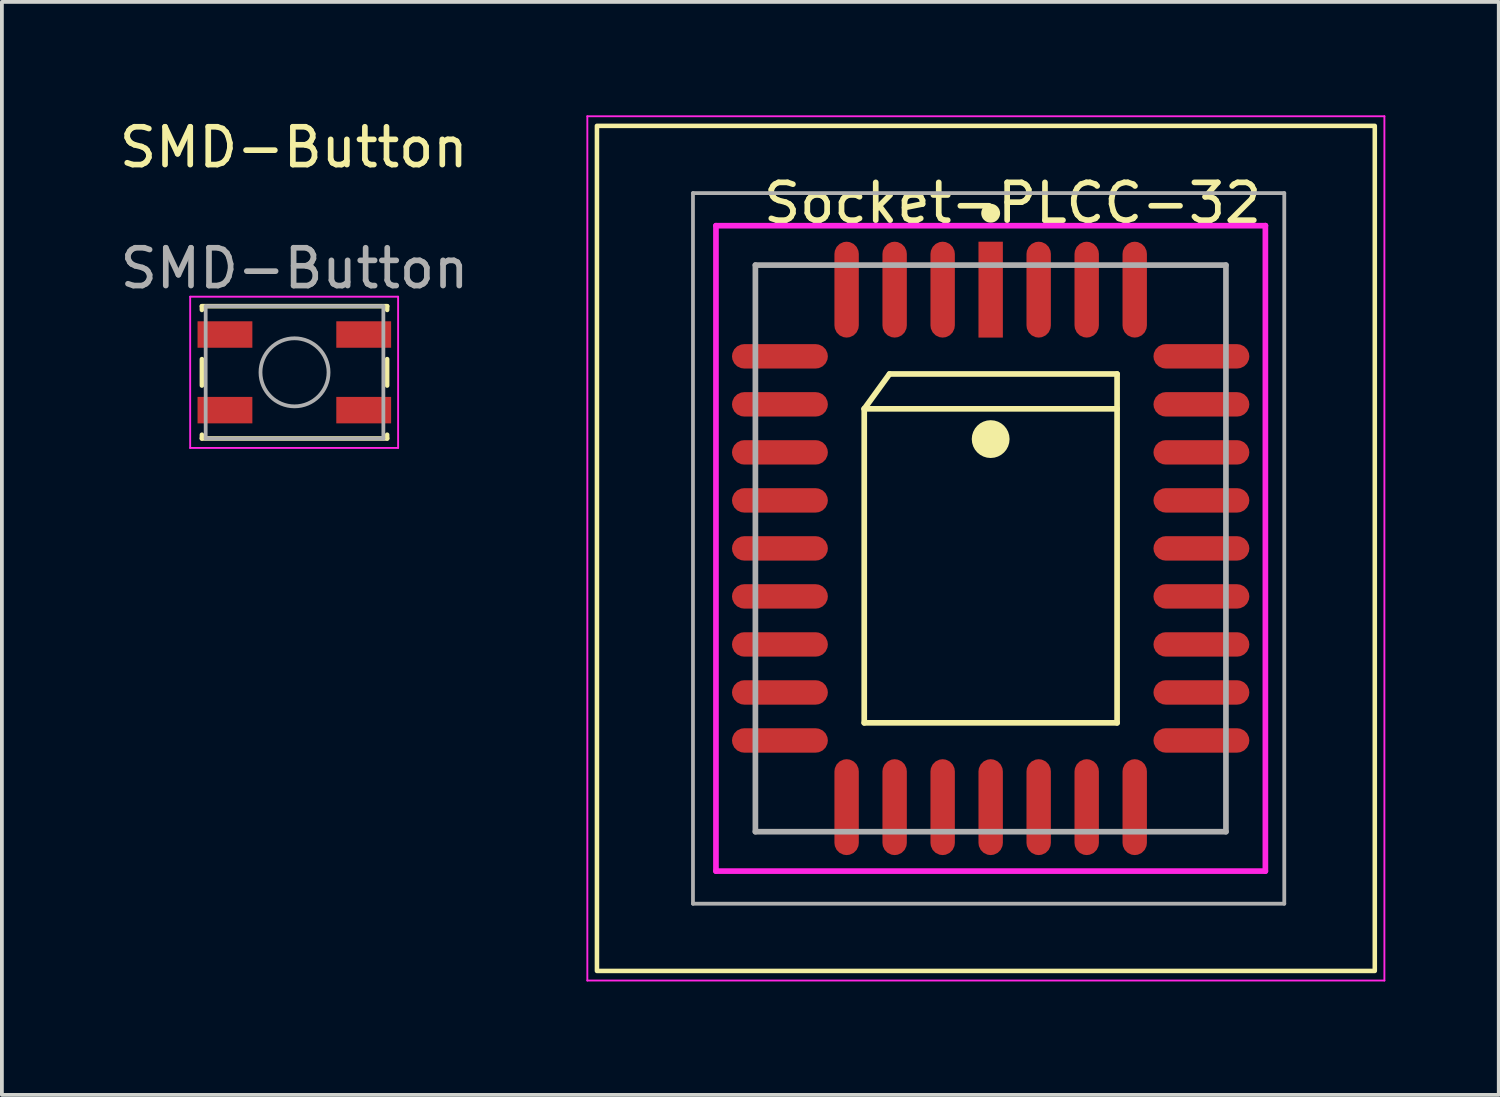
<source format=kicad_pcb>
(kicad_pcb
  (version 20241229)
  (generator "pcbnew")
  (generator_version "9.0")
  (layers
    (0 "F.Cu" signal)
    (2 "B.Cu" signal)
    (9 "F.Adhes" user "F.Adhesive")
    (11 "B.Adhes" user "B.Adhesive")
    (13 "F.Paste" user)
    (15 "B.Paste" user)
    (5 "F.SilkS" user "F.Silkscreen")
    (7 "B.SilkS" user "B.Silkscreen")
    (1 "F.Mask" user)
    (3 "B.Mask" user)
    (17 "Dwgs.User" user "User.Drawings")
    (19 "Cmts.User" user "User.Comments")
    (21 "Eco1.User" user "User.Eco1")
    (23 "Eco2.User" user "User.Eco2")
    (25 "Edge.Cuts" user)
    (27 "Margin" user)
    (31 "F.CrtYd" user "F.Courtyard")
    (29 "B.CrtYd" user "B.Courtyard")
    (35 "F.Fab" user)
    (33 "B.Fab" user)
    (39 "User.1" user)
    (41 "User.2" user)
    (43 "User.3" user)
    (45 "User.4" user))
  (footprint "Socket-PLCC-32"
    (layer "F.Cu")
    (at 23.153 11.455)
    (property "Reference" "Socket-PLCC-32" (at -6.091 -9.136 0) (layer "F.SilkS") (effects (font (size 1 1) (thickness 0.15)) (justify left)))
    (attr through_hole)
    (fp_line (start -3.344 -3.691) (end -3.344 4.614) (stroke (width 0.15) (type solid)) (layer "F.SilkS"))
    (fp_line (start -3.344 -3.691) (end 3.344 -3.691) (stroke (width 0.15) (type solid)) (layer "F.SilkS"))
    (fp_line (start -3.344 4.614) (end 3.344 4.614) (stroke (width 0.15) (type solid)) (layer "F.SilkS"))
    (fp_line (start -2.675 -4.614) (end -3.344 -3.691) (stroke (width 0.15) (type solid)) (layer "F.SilkS"))
    (fp_line (start 3.344 -4.614) (end -2.675 -4.614) (stroke (width 0.15) (type solid)) (layer "F.SilkS"))
    (fp_line (start 3.344 4.614) (end 3.344 -4.614) (stroke (width 0.15) (type solid)) (layer "F.SilkS"))
    (fp_rect (start -10.414 -11.176) (end 10.16 11.176) (stroke (width 0.12) (type solid)) (fill no) (layer "F.SilkS"))
    (fp_circle (center 0 -8.865) (end 0.125 -8.865) (stroke (width 0.25) (type solid)) (fill no) (layer "F.SilkS"))
    (fp_circle (center 0 -2.891) (end 0.25 -2.891) (stroke (width 0.5) (type solid)) (fill no) (layer "F.SilkS"))
    (fp_line (start -10.668 -11.43) (end -10.668 11.43) (stroke (width 0.05) (type solid)) (layer "F.CrtYd"))
    (fp_line (start -10.668 11.43) (end 10.414 11.43) (stroke (width 0.05) (type solid)) (layer "F.CrtYd"))
    (fp_line (start -7.266 -8.536) (end -7.266 8.536) (stroke (width 0.15) (type solid)) (layer "F.CrtYd"))
    (fp_line (start -7.266 8.536) (end 7.266 8.536) (stroke (width 0.15) (type solid)) (layer "F.CrtYd"))
    (fp_line (start 7.266 -8.536) (end -7.266 -8.536) (stroke (width 0.15) (type solid)) (layer "F.CrtYd"))
    (fp_line (start 7.266 -8.536) (end 7.266 -8.536) (stroke (width 0.15) (type solid)) (layer "F.CrtYd"))
    (fp_line (start 7.266 8.536) (end 7.266 -8.536) (stroke (width 0.15) (type solid)) (layer "F.CrtYd"))
    (fp_line (start 10.414 -11.43) (end -10.668 -11.43) (stroke (width 0.05) (type solid)) (layer "F.CrtYd"))
    (fp_line (start 10.414 11.43) (end 10.414 -11.43) (stroke (width 0.05) (type solid)) (layer "F.CrtYd"))
    (fp_line (start -7.874 -9.398) (end -7.874 9.398) (stroke (width 0.1) (type solid)) (layer "F.Fab"))
    (fp_line (start -7.874 9.398) (end 7.766 9.398) (stroke (width 0.1) (type solid)) (layer "F.Fab"))
    (fp_line (start -6.223 -7.493) (end 6.223 -7.493) (stroke (width 0.15) (type solid)) (layer "F.Fab"))
    (fp_line (start -6.223 7.493) (end -6.223 -7.493) (stroke (width 0.15) (type solid)) (layer "F.Fab"))
    (fp_line (start 6.223 -7.493) (end 6.223 7.493) (stroke (width 0.15) (type solid)) (layer "F.Fab"))
    (fp_line (start 6.223 7.493) (end -6.223 7.493) (stroke (width 0.15) (type solid)) (layer "F.Fab"))
    (fp_line (start 7.766 -9.398) (end -7.874 -9.398) (stroke (width 0.1) (type solid)) (layer "F.Fab"))
    (fp_line (start 7.766 9.398) (end 7.766 -9.398) (stroke (width 0.1) (type solid)) (layer "F.Fab"))
    (pad "1" smd rect (at 0 -6.844) (size 0.645 2.536) (layers "F.Cu" "F.Mask" "F.Paste"))
    (pad "2" smd roundrect (at -1.27 -6.844) (size 0.645 2.536) (layers "F.Cu" "F.Mask" "F.Paste") (roundrect_rratio 0.5))
    (pad "3" smd roundrect (at -2.54 -6.844) (size 0.645 2.536) (layers "F.Cu" "F.Mask" "F.Paste") (roundrect_rratio 0.5))
    (pad "4" smd roundrect (at -3.81 -6.844) (size 0.645 2.536) (layers "F.Cu" "F.Mask" "F.Paste") (roundrect_rratio 0.5))
    (pad "5" smd roundrect (at -5.574 -5.08) (size 2.536 0.645) (layers "F.Cu" "F.Mask" "F.Paste") (roundrect_rratio 0.5))
    (pad "6" smd roundrect (at -5.574 -3.81) (size 2.536 0.645) (layers "F.Cu" "F.Mask" "F.Paste") (roundrect_rratio 0.5))
    (pad "7" smd roundrect (at -5.574 -2.54) (size 2.536 0.645) (layers "F.Cu" "F.Mask" "F.Paste") (roundrect_rratio 0.5))
    (pad "8" smd roundrect (at -5.574 -1.27) (size 2.536 0.645) (layers "F.Cu" "F.Mask" "F.Paste") (roundrect_rratio 0.5))
    (pad "9" smd roundrect (at -5.574 0) (size 2.536 0.645) (layers "F.Cu" "F.Mask" "F.Paste") (roundrect_rratio 0.5))
    (pad "10" smd roundrect (at -5.574 1.27) (size 2.536 0.645) (layers "F.Cu" "F.Mask" "F.Paste") (roundrect_rratio 0.5))
    (pad "11" smd roundrect (at -5.574 2.54) (size 2.536 0.645) (layers "F.Cu" "F.Mask" "F.Paste") (roundrect_rratio 0.5))
    (pad "12" smd roundrect (at -5.574 3.81) (size 2.536 0.645) (layers "F.Cu" "F.Mask" "F.Paste") (roundrect_rratio 0.5))
    (pad "13" smd roundrect (at -5.574 5.08) (size 2.536 0.645) (layers "F.Cu" "F.Mask" "F.Paste") (roundrect_rratio 0.5))
    (pad "14" smd roundrect (at -3.81 6.844) (size 0.645 2.536) (layers "F.Cu" "F.Mask" "F.Paste") (roundrect_rratio 0.5))
    (pad "15" smd roundrect (at -2.54 6.844) (size 0.645 2.536) (layers "F.Cu" "F.Mask" "F.Paste") (roundrect_rratio 0.5))
    (pad "16" smd roundrect (at -1.27 6.844) (size 0.645 2.536) (layers "F.Cu" "F.Mask" "F.Paste") (roundrect_rratio 0.5))
    (pad "17" smd roundrect (at 0 6.844) (size 0.645 2.536) (layers "F.Cu" "F.Mask" "F.Paste") (roundrect_rratio 0.5))
    (pad "18" smd roundrect (at 1.27 6.844) (size 0.645 2.536) (layers "F.Cu" "F.Mask" "F.Paste") (roundrect_rratio 0.5))
    (pad "19" smd roundrect (at 2.54 6.844) (size 0.645 2.536) (layers "F.Cu" "F.Mask" "F.Paste") (roundrect_rratio 0.5))
    (pad "20" smd roundrect (at 3.81 6.844) (size 0.645 2.536) (layers "F.Cu" "F.Mask" "F.Paste") (roundrect_rratio 0.5))
    (pad "21" smd roundrect (at 5.574 5.08) (size 2.536 0.645) (layers "F.Cu" "F.Mask" "F.Paste") (roundrect_rratio 0.5))
    (pad "22" smd roundrect (at 5.574 3.81) (size 2.536 0.645) (layers "F.Cu" "F.Mask" "F.Paste") (roundrect_rratio 0.5))
    (pad "23" smd roundrect (at 5.574 2.54) (size 2.536 0.645) (layers "F.Cu" "F.Mask" "F.Paste") (roundrect_rratio 0.5))
    (pad "24" smd roundrect (at 5.574 1.27) (size 2.536 0.645) (layers "F.Cu" "F.Mask" "F.Paste") (roundrect_rratio 0.5))
    (pad "25" smd roundrect (at 5.574 0) (size 2.536 0.645) (layers "F.Cu" "F.Mask" "F.Paste") (roundrect_rratio 0.5))
    (pad "26" smd roundrect (at 5.574 -1.27) (size 2.536 0.645) (layers "F.Cu" "F.Mask" "F.Paste") (roundrect_rratio 0.5))
    (pad "27" smd roundrect (at 5.574 -2.54) (size 2.536 0.645) (layers "F.Cu" "F.Mask" "F.Paste") (roundrect_rratio 0.5))
    (pad "28" smd roundrect (at 5.574 -3.81) (size 2.536 0.645) (layers "F.Cu" "F.Mask" "F.Paste") (roundrect_rratio 0.5))
    (pad "29" smd roundrect (at 5.574 -5.08) (size 2.536 0.645) (layers "F.Cu" "F.Mask" "F.Paste") (roundrect_rratio 0.5))
    (pad "30" smd roundrect (at 3.81 -6.844) (size 0.645 2.536) (layers "F.Cu" "F.Mask" "F.Paste") (roundrect_rratio 0.5))
    (pad "31" smd roundrect (at 2.54 -6.844) (size 0.645 2.536) (layers "F.Cu" "F.Mask" "F.Paste") (roundrect_rratio 0.5))
    (pad "32" smd roundrect (at 1.27 -6.844) (size 0.645 2.536) (layers "F.Cu" "F.Mask" "F.Paste") (roundrect_rratio 0.5)))
  (footprint "SMD-Button"
    (layer "F.Cu")
    (at 4.72 1.348)
    (property "Reference" "SMD-Button" (at 0 -0.5 0) (unlocked yes) (layer "F.SilkS") (effects (font (size 1 1) (thickness 0.15))))
    (attr smd)
    (fp_line (start -2.43 3.7) (end -2.43 3.8) (stroke (width 0.12) (type solid)) (layer "F.SilkS"))
    (fp_line (start -2.43 5.1) (end -2.43 5.8) (stroke (width 0.12) (type solid)) (layer "F.SilkS"))
    (fp_line (start -2.43 7.1) (end -2.43 7.2) (stroke (width 0.12) (type solid)) (layer "F.SilkS"))
    (fp_line (start -2.43 7.2) (end 2.47 7.2) (stroke (width 0.12) (type solid)) (layer "F.SilkS"))
    (fp_line (start 2.47 3.7) (end -2.43 3.7) (stroke (width 0.12) (type solid)) (layer "F.SilkS"))
    (fp_line (start 2.47 3.7) (end 2.47 3.8) (stroke (width 0.12) (type solid)) (layer "F.SilkS"))
    (fp_line (start 2.47 5.1) (end 2.47 5.8) (stroke (width 0.12) (type solid)) (layer "F.SilkS"))
    (fp_line (start 2.47 7.2) (end 2.47 7.1) (stroke (width 0.12) (type solid)) (layer "F.SilkS"))
    (fp_line (start -2.74 3.45) (end 2.76 3.45) (stroke (width 0.05) (type solid)) (layer "F.CrtYd"))
    (fp_line (start -2.74 7.45) (end -2.74 3.45) (stroke (width 0.05) (type solid)) (layer "F.CrtYd"))
    (fp_line (start 2.76 3.45) (end 2.76 7.45) (stroke (width 0.05) (type solid)) (layer "F.CrtYd"))
    (fp_line (start 2.76 7.45) (end -2.74 7.45) (stroke (width 0.05) (type solid)) (layer "F.CrtYd"))
    (fp_line (start -2.33 3.7) (end 2.37 3.7) (stroke (width 0.1) (type solid)) (layer "F.Fab"))
    (fp_line (start -2.33 7.2) (end -2.33 3.7) (stroke (width 0.1) (type solid)) (layer "F.Fab"))
    (fp_line (start 2.37 3.7) (end 2.37 7.2) (stroke (width 0.1) (type solid)) (layer "F.Fab"))
    (fp_line (start 2.37 7.2) (end -2.33 7.2) (stroke (width 0.1) (type solid)) (layer "F.Fab"))
    (fp_circle (center 0.02 5.45) (end 0.92 5.45) (stroke (width 0.1) (type solid)) (fill no) (layer "F.Fab"))
    (fp_text user "${REFERENCE}" (at 0.02 2.7 0) (layer "F.Fab") (effects (font (size 1 1) (thickness 0.15))))
    (pad "1" smd rect (at -1.82 4.45) (size 1.45 0.7) (layers "F.Cu" "F.Mask" "F.Paste"))
    (pad "1" smd rect (at 1.85 4.45) (size 1.45 0.7) (layers "F.Cu" "F.Mask" "F.Paste"))
    (pad "2" smd rect (at -1.82 6.45) (size 1.45 0.7) (layers "F.Cu" "F.Mask" "F.Paste"))
    (pad "2" smd rect (at 1.85 6.45) (size 1.45 0.7) (layers "F.Cu" "F.Mask" "F.Paste")))
  (gr_rect
    (start -3 -3)
    (end 36.592 25.91)
    (stroke (width 0.1) (type default))
    (fill no)
    (layer "Edge.Cuts")))
</source>
